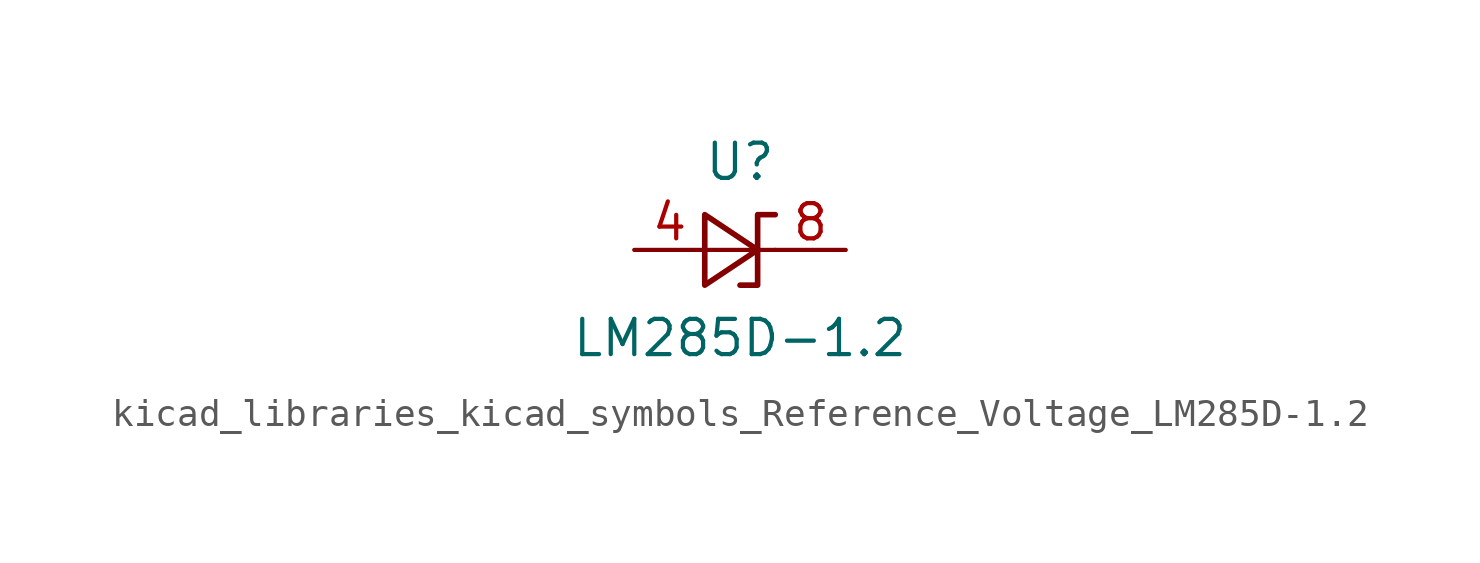
<source format=kicad_sym>
(kicad_symbol_lib
  (version 20220914)
  (generator kicad_symbol_editor)
  (symbol "kicad_libraries_kicad_symbols_Reference_Voltage_LM285D-1.2"
    (pin_names
      (offset 0.025) hide)
    (property "Reference" "U"
      (at 0 3.175 0)
      (effects (font (size 1.27 1.27))))
    (property "Value" "LM285D-1.2"
      (at 0 -3.175 0)
      (effects (font (size 1.27 1.27))))
    (symbol "kicad_libraries_kicad_symbols_Reference_Voltage_LM285D-1.2_0_1"
      (polyline (pts (xy -1.27 0) (xy 0 0) (xy 1.27 0)) (stroke (width 0) (type default)) (fill (type none)))
      (polyline (pts (xy -1.27 -1.27) (xy 0.635 0) (xy -1.27 1.27) (xy -1.27 -1.27)) (stroke (width 0.203) (type default)) (fill (type none)))
      (polyline (pts (xy 0 -1.27) (xy 0.635 -1.27) (xy 0.635 1.27) (xy 1.27 1.27)) (stroke (width 0.203) (type default)) (fill (type none))))
    (symbol "kicad_libraries_kicad_symbols_Reference_Voltage_LM285D-1.2_1_1"
      (pin passive line (at -3.81 0 0) (length 2.54) (name "A" (effects (font (size 1.27 1.27)))) (number "4" (effects (font (size 1.27 1.27)))))
      (pin passive line (at 3.81 0 180) (length 2.54) (name "K" (effects (font (size 1.27 1.27)))) (number "8" (effects (font (size 1.27 1.27))))))))
</source>
